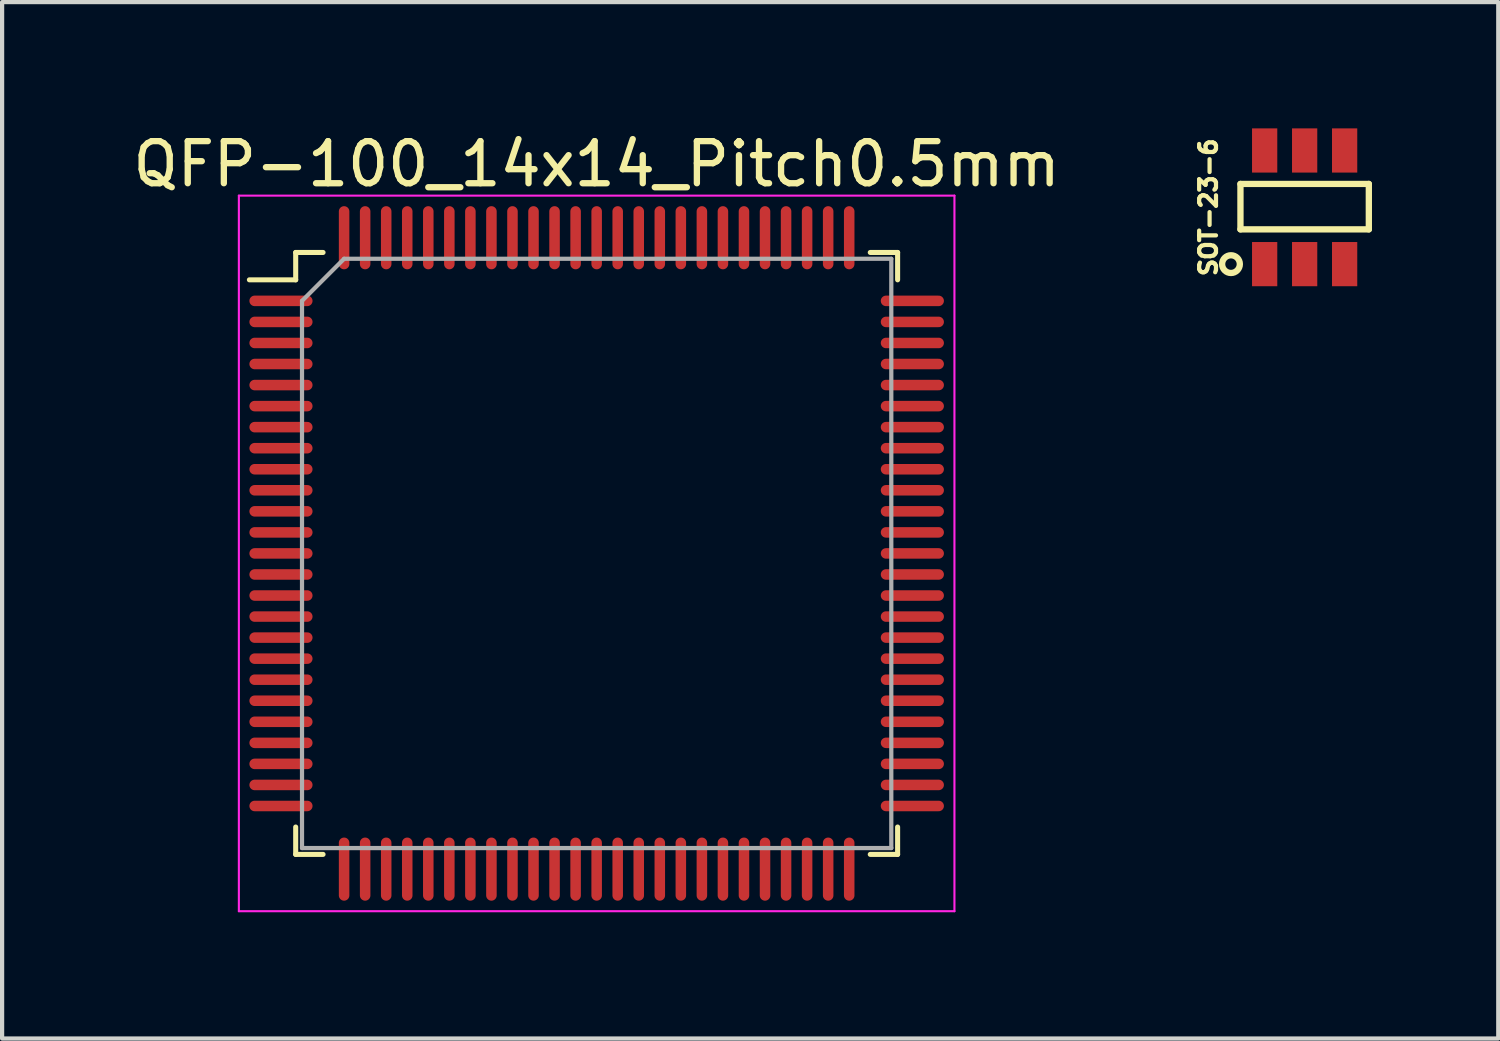
<source format=kicad_pcb>
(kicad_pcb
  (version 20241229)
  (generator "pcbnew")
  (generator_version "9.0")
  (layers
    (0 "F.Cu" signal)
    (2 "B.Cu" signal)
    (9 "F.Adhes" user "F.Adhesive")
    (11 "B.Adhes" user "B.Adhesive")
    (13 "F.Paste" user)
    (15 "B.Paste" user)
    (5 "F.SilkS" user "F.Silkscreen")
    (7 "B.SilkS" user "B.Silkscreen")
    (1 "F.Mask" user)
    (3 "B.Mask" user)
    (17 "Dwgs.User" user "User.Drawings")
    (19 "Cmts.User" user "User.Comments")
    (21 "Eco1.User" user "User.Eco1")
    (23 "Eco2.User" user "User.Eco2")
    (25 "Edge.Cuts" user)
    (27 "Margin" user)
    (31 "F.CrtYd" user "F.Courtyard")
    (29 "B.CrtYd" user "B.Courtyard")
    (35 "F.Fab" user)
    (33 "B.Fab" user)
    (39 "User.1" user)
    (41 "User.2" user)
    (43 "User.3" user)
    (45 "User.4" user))
  (footprint "QFP-100_14x14_Pitch0.5mm"
    (layer "F.Cu")
    (at 11.125 10.098)
    (property "Reference" "QFP-100_14x14_Pitch0.5mm" (at 0 -9.25 0) (layer "F.SilkS") (effects (font (size 1 1) (thickness 0.15))))
    (attr smd)
    (fp_line (start -7.15 -7.15) (end -7.15 -6.5) (stroke (width 0.12) (type solid)) (layer "F.SilkS"))
    (fp_line (start -7.15 -6.5) (end -8.25 -6.5) (stroke (width 0.12) (type solid)) (layer "F.SilkS"))
    (fp_line (start -7.15 7.15) (end -7.15 6.5) (stroke (width 0.12) (type solid)) (layer "F.SilkS"))
    (fp_line (start -6.5 -7.15) (end -7.15 -7.15) (stroke (width 0.12) (type solid)) (layer "F.SilkS"))
    (fp_line (start -6.5 7.15) (end -7.15 7.15) (stroke (width 0.12) (type solid)) (layer "F.SilkS"))
    (fp_line (start 6.5 -7.15) (end 7.15 -7.15) (stroke (width 0.12) (type solid)) (layer "F.SilkS"))
    (fp_line (start 6.5 7.15) (end 7.15 7.15) (stroke (width 0.12) (type solid)) (layer "F.SilkS"))
    (fp_line (start 7.15 -7.15) (end 7.15 -6.5) (stroke (width 0.12) (type solid)) (layer "F.SilkS"))
    (fp_line (start 7.15 7.15) (end 7.15 6.5) (stroke (width 0.12) (type solid)) (layer "F.SilkS"))
    (fp_line (start -8.5 -8.5) (end 8.5 -8.5) (stroke (width 0.05) (type solid)) (layer "F.CrtYd"))
    (fp_line (start -8.5 8.5) (end -8.5 -8.5) (stroke (width 0.05) (type solid)) (layer "F.CrtYd"))
    (fp_line (start 8.5 -8.5) (end 8.5 8.5) (stroke (width 0.05) (type solid)) (layer "F.CrtYd"))
    (fp_line (start 8.5 8.5) (end -8.5 8.5) (stroke (width 0.05) (type solid)) (layer "F.CrtYd"))
    (fp_line (start -7 -6) (end -7 7) (stroke (width 0.1) (type solid)) (layer "F.Fab"))
    (fp_line (start -7 7) (end 7 7) (stroke (width 0.1) (type solid)) (layer "F.Fab"))
    (fp_line (start -6 -7) (end -7 -6) (stroke (width 0.1) (type solid)) (layer "F.Fab"))
    (fp_line (start 7 -7) (end -6 -7) (stroke (width 0.1) (type solid)) (layer "F.Fab"))
    (fp_line (start 7 7) (end 7 -7) (stroke (width 0.1) (type solid)) (layer "F.Fab"))
    (pad "1" smd oval (at -7.5 -6 90) (size 0.25 1.5) (layers "F.Cu" "F.Mask" "F.Paste"))
    (pad "2" smd oval (at -7.5 -5.5 90) (size 0.25 1.5) (layers "F.Cu" "F.Mask" "F.Paste"))
    (pad "3" smd oval (at -7.5 -5 90) (size 0.25 1.5) (layers "F.Cu" "F.Mask" "F.Paste"))
    (pad "4" smd oval (at -7.5 -4.5 90) (size 0.25 1.5) (layers "F.Cu" "F.Mask" "F.Paste"))
    (pad "5" smd oval (at -7.5 -4 90) (size 0.25 1.5) (layers "F.Cu" "F.Mask" "F.Paste"))
    (pad "6" smd oval (at -7.5 -3.5 90) (size 0.25 1.5) (layers "F.Cu" "F.Mask" "F.Paste"))
    (pad "7" smd oval (at -7.5 -3 90) (size 0.25 1.5) (layers "F.Cu" "F.Mask" "F.Paste"))
    (pad "8" smd oval (at -7.5 -2.5 90) (size 0.25 1.5) (layers "F.Cu" "F.Mask" "F.Paste"))
    (pad "9" smd oval (at -7.5 -2 90) (size 0.25 1.5) (layers "F.Cu" "F.Mask" "F.Paste"))
    (pad "10" smd oval (at -7.5 -1.5 90) (size 0.25 1.5) (layers "F.Cu" "F.Mask" "F.Paste"))
    (pad "11" smd oval (at -7.5 -1 90) (size 0.25 1.5) (layers "F.Cu" "F.Mask" "F.Paste"))
    (pad "12" smd oval (at -7.5 -0.5 90) (size 0.25 1.5) (layers "F.Cu" "F.Mask" "F.Paste"))
    (pad "13" smd oval (at -7.5 0 90) (size 0.25 1.5) (layers "F.Cu" "F.Mask" "F.Paste"))
    (pad "14" smd oval (at -7.5 0.5 90) (size 0.25 1.5) (layers "F.Cu" "F.Mask" "F.Paste"))
    (pad "15" smd oval (at -7.5 1 90) (size 0.25 1.5) (layers "F.Cu" "F.Mask" "F.Paste"))
    (pad "16" smd oval (at -7.5 1.5 90) (size 0.25 1.5) (layers "F.Cu" "F.Mask" "F.Paste"))
    (pad "17" smd oval (at -7.5 2 90) (size 0.25 1.5) (layers "F.Cu" "F.Mask" "F.Paste"))
    (pad "18" smd oval (at -7.5 2.5 90) (size 0.25 1.5) (layers "F.Cu" "F.Mask" "F.Paste"))
    (pad "19" smd oval (at -7.5 3 90) (size 0.25 1.5) (layers "F.Cu" "F.Mask" "F.Paste"))
    (pad "20" smd oval (at -7.5 3.5 90) (size 0.25 1.5) (layers "F.Cu" "F.Mask" "F.Paste"))
    (pad "21" smd oval (at -7.5 4 90) (size 0.25 1.5) (layers "F.Cu" "F.Mask" "F.Paste"))
    (pad "22" smd oval (at -7.5 4.5 90) (size 0.25 1.5) (layers "F.Cu" "F.Mask" "F.Paste"))
    (pad "23" smd oval (at -7.5 5 90) (size 0.25 1.5) (layers "F.Cu" "F.Mask" "F.Paste"))
    (pad "24" smd oval (at -7.5 5.5 90) (size 0.25 1.5) (layers "F.Cu" "F.Mask" "F.Paste"))
    (pad "25" smd oval (at -7.5 6 90) (size 0.25 1.5) (layers "F.Cu" "F.Mask" "F.Paste"))
    (pad "26" smd oval (at -6 7.5) (size 0.25 1.5) (layers "F.Cu" "F.Mask" "F.Paste"))
    (pad "27" smd oval (at -5.5 7.5) (size 0.25 1.5) (layers "F.Cu" "F.Mask" "F.Paste"))
    (pad "28" smd oval (at -5 7.5) (size 0.25 1.5) (layers "F.Cu" "F.Mask" "F.Paste"))
    (pad "29" smd oval (at -4.5 7.5) (size 0.25 1.5) (layers "F.Cu" "F.Mask" "F.Paste"))
    (pad "30" smd oval (at -4 7.5) (size 0.25 1.5) (layers "F.Cu" "F.Mask" "F.Paste"))
    (pad "31" smd oval (at -3.5 7.5) (size 0.25 1.5) (layers "F.Cu" "F.Mask" "F.Paste"))
    (pad "32" smd oval (at -3 7.5) (size 0.25 1.5) (layers "F.Cu" "F.Mask" "F.Paste"))
    (pad "33" smd oval (at -2.5 7.5) (size 0.25 1.5) (layers "F.Cu" "F.Mask" "F.Paste"))
    (pad "34" smd oval (at -2 7.5) (size 0.25 1.5) (layers "F.Cu" "F.Mask" "F.Paste"))
    (pad "35" smd oval (at -1.5 7.5) (size 0.25 1.5) (layers "F.Cu" "F.Mask" "F.Paste"))
    (pad "36" smd oval (at -1 7.5) (size 0.25 1.5) (layers "F.Cu" "F.Mask" "F.Paste"))
    (pad "37" smd oval (at -0.5 7.5) (size 0.25 1.5) (layers "F.Cu" "F.Mask" "F.Paste"))
    (pad "38" smd oval (at 0 7.5) (size 0.25 1.5) (layers "F.Cu" "F.Mask" "F.Paste"))
    (pad "39" smd oval (at 0.5 7.5) (size 0.25 1.5) (layers "F.Cu" "F.Mask" "F.Paste"))
    (pad "40" smd oval (at 1 7.5) (size 0.25 1.5) (layers "F.Cu" "F.Mask" "F.Paste"))
    (pad "41" smd oval (at 1.5 7.5) (size 0.25 1.5) (layers "F.Cu" "F.Mask" "F.Paste"))
    (pad "42" smd oval (at 2 7.5) (size 0.25 1.5) (layers "F.Cu" "F.Mask" "F.Paste"))
    (pad "43" smd oval (at 2.5 7.5) (size 0.25 1.5) (layers "F.Cu" "F.Mask" "F.Paste"))
    (pad "44" smd oval (at 3 7.5) (size 0.25 1.5) (layers "F.Cu" "F.Mask" "F.Paste"))
    (pad "45" smd oval (at 3.5 7.5) (size 0.25 1.5) (layers "F.Cu" "F.Mask" "F.Paste"))
    (pad "46" smd oval (at 4 7.5) (size 0.25 1.5) (layers "F.Cu" "F.Mask" "F.Paste"))
    (pad "47" smd oval (at 4.5 7.5) (size 0.25 1.5) (layers "F.Cu" "F.Mask" "F.Paste"))
    (pad "48" smd oval (at 5 7.5) (size 0.25 1.5) (layers "F.Cu" "F.Mask" "F.Paste"))
    (pad "49" smd oval (at 5.5 7.5) (size 0.25 1.5) (layers "F.Cu" "F.Mask" "F.Paste"))
    (pad "50" smd oval (at 6 7.5) (size 0.25 1.5) (layers "F.Cu" "F.Mask" "F.Paste"))
    (pad "51" smd oval (at 7.5 6 90) (size 0.25 1.5) (layers "F.Cu" "F.Mask" "F.Paste"))
    (pad "52" smd oval (at 7.5 5.5 90) (size 0.25 1.5) (layers "F.Cu" "F.Mask" "F.Paste"))
    (pad "53" smd oval (at 7.5 5 90) (size 0.25 1.5) (layers "F.Cu" "F.Mask" "F.Paste"))
    (pad "54" smd oval (at 7.5 4.5 90) (size 0.25 1.5) (layers "F.Cu" "F.Mask" "F.Paste"))
    (pad "55" smd oval (at 7.5 4 90) (size 0.25 1.5) (layers "F.Cu" "F.Mask" "F.Paste"))
    (pad "56" smd oval (at 7.5 3.5 90) (size 0.25 1.5) (layers "F.Cu" "F.Mask" "F.Paste"))
    (pad "57" smd oval (at 7.5 3 90) (size 0.25 1.5) (layers "F.Cu" "F.Mask" "F.Paste"))
    (pad "58" smd oval (at 7.5 2.5 90) (size 0.25 1.5) (layers "F.Cu" "F.Mask" "F.Paste"))
    (pad "59" smd oval (at 7.5 2 90) (size 0.25 1.5) (layers "F.Cu" "F.Mask" "F.Paste"))
    (pad "60" smd oval (at 7.5 1.5 90) (size 0.25 1.5) (layers "F.Cu" "F.Mask" "F.Paste"))
    (pad "61" smd oval (at 7.5 1 90) (size 0.25 1.5) (layers "F.Cu" "F.Mask" "F.Paste"))
    (pad "62" smd oval (at 7.5 0.5 90) (size 0.25 1.5) (layers "F.Cu" "F.Mask" "F.Paste"))
    (pad "63" smd oval (at 7.5 0 90) (size 0.25 1.5) (layers "F.Cu" "F.Mask" "F.Paste"))
    (pad "64" smd oval (at 7.5 -0.5 90) (size 0.25 1.5) (layers "F.Cu" "F.Mask" "F.Paste"))
    (pad "65" smd oval (at 7.5 -1 90) (size 0.25 1.5) (layers "F.Cu" "F.Mask" "F.Paste"))
    (pad "66" smd oval (at 7.5 -1.5 90) (size 0.25 1.5) (layers "F.Cu" "F.Mask" "F.Paste"))
    (pad "67" smd oval (at 7.5 -2 90) (size 0.25 1.5) (layers "F.Cu" "F.Mask" "F.Paste"))
    (pad "68" smd oval (at 7.5 -2.5 90) (size 0.25 1.5) (layers "F.Cu" "F.Mask" "F.Paste"))
    (pad "69" smd oval (at 7.5 -3 90) (size 0.25 1.5) (layers "F.Cu" "F.Mask" "F.Paste"))
    (pad "70" smd oval (at 7.5 -3.5 90) (size 0.25 1.5) (layers "F.Cu" "F.Mask" "F.Paste"))
    (pad "71" smd oval (at 7.5 -4 90) (size 0.25 1.5) (layers "F.Cu" "F.Mask" "F.Paste"))
    (pad "72" smd oval (at 7.5 -4.5 90) (size 0.25 1.5) (layers "F.Cu" "F.Mask" "F.Paste"))
    (pad "73" smd oval (at 7.5 -5 90) (size 0.25 1.5) (layers "F.Cu" "F.Mask" "F.Paste"))
    (pad "74" smd oval (at 7.5 -5.5 90) (size 0.25 1.5) (layers "F.Cu" "F.Mask" "F.Paste"))
    (pad "75" smd oval (at 7.5 -6 90) (size 0.25 1.5) (layers "F.Cu" "F.Mask" "F.Paste"))
    (pad "76" smd oval (at 6 -7.5) (size 0.25 1.5) (layers "F.Cu" "F.Mask" "F.Paste"))
    (pad "77" smd oval (at 5.5 -7.5) (size 0.25 1.5) (layers "F.Cu" "F.Mask" "F.Paste"))
    (pad "78" smd oval (at 5 -7.5) (size 0.25 1.5) (layers "F.Cu" "F.Mask" "F.Paste"))
    (pad "79" smd oval (at 4.5 -7.5) (size 0.25 1.5) (layers "F.Cu" "F.Mask" "F.Paste"))
    (pad "80" smd oval (at 4 -7.5) (size 0.25 1.5) (layers "F.Cu" "F.Mask" "F.Paste"))
    (pad "81" smd oval (at 3.5 -7.5) (size 0.25 1.5) (layers "F.Cu" "F.Mask" "F.Paste"))
    (pad "82" smd oval (at 3 -7.5) (size 0.25 1.5) (layers "F.Cu" "F.Mask" "F.Paste"))
    (pad "83" smd oval (at 2.5 -7.5) (size 0.25 1.5) (layers "F.Cu" "F.Mask" "F.Paste"))
    (pad "84" smd oval (at 2 -7.5) (size 0.25 1.5) (layers "F.Cu" "F.Mask" "F.Paste"))
    (pad "85" smd oval (at 1.5 -7.5) (size 0.25 1.5) (layers "F.Cu" "F.Mask" "F.Paste"))
    (pad "86" smd oval (at 1 -7.5) (size 0.25 1.5) (layers "F.Cu" "F.Mask" "F.Paste"))
    (pad "87" smd oval (at 0.5 -7.5) (size 0.25 1.5) (layers "F.Cu" "F.Mask" "F.Paste"))
    (pad "88" smd oval (at 0 -7.5) (size 0.25 1.5) (layers "F.Cu" "F.Mask" "F.Paste"))
    (pad "89" smd oval (at -0.5 -7.5) (size 0.25 1.5) (layers "F.Cu" "F.Mask" "F.Paste"))
    (pad "90" smd oval (at -1 -7.5) (size 0.25 1.5) (layers "F.Cu" "F.Mask" "F.Paste"))
    (pad "91" smd oval (at -1.5 -7.5) (size 0.25 1.5) (layers "F.Cu" "F.Mask" "F.Paste"))
    (pad "92" smd oval (at -2 -7.5) (size 0.25 1.5) (layers "F.Cu" "F.Mask" "F.Paste"))
    (pad "93" smd oval (at -2.5 -7.5) (size 0.25 1.5) (layers "F.Cu" "F.Mask" "F.Paste"))
    (pad "94" smd oval (at -3 -7.5) (size 0.25 1.5) (layers "F.Cu" "F.Mask" "F.Paste"))
    (pad "95" smd oval (at -3.5 -7.5) (size 0.25 1.5) (layers "F.Cu" "F.Mask" "F.Paste"))
    (pad "96" smd oval (at -4 -7.5) (size 0.25 1.5) (layers "F.Cu" "F.Mask" "F.Paste"))
    (pad "97" smd oval (at -4.5 -7.5) (size 0.25 1.5) (layers "F.Cu" "F.Mask" "F.Paste"))
    (pad "98" smd oval (at -5 -7.5) (size 0.25 1.5) (layers "F.Cu" "F.Mask" "F.Paste"))
    (pad "99" smd oval (at -5.5 -7.5) (size 0.25 1.5) (layers "F.Cu" "F.Mask" "F.Paste"))
    (pad "100" smd oval (at -6 -7.5) (size 0.25 1.5) (layers "F.Cu" "F.Mask" "F.Paste")))
  (footprint "SOT-23-6"
    (layer "F.Cu")
    (at 27.945 1.875)
    (property "Reference" "SOT-23-6" (at -2.286 0 90) (layer "F.SilkS") (effects (font (size 0.4 0.4) (thickness 0.1))))
    (attr through_hole)
    (fp_line (start -1.525 -0.555) (end -1.525 0.524) (stroke (width 0.15) (type solid)) (layer "F.SilkS"))
    (fp_line (start -1.525 0.524) (end 1.525 0.524) (stroke (width 0.15) (type solid)) (layer "F.SilkS"))
    (fp_line (start 1.525 -0.555) (end -1.525 -0.555) (stroke (width 0.15) (type solid)) (layer "F.SilkS"))
    (fp_line (start 1.525 0.524) (end 1.525 -0.555) (stroke (width 0.15) (type solid)) (layer "F.SilkS"))
    (fp_circle (center -1.75 1.35) (end -1.839 1.159) (stroke (width 0.15) (type solid)) (fill no) (layer "F.SilkS"))
    (pad "1" smd rect (at -0.95 1.35) (size 0.6 1.05) (layers "F.Cu" "F.Mask" "F.Paste"))
    (pad "2" smd rect (at 0 1.35) (size 0.6 1.05) (layers "F.Cu" "F.Mask" "F.Paste"))
    (pad "3" smd rect (at 0.95 1.35) (size 0.6 1.05) (layers "F.Cu" "F.Mask" "F.Paste"))
    (pad "4" smd rect (at 0.95 -1.35) (size 0.6 1.05) (layers "F.Cu" "F.Mask" "F.Paste"))
    (pad "5" smd rect (at 0 -1.35) (size 0.6 1.05) (layers "F.Cu" "F.Mask" "F.Paste"))
    (pad "6" smd rect (at -0.95 -1.35) (size 0.6 1.05) (layers "F.Cu" "F.Mask" "F.Paste")))
  (gr_rect
    (start -3 -3)
    (end 32.545 21.623)
    (stroke (width 0.1) (type default))
    (fill no)
    (layer "Edge.Cuts")))
</source>
